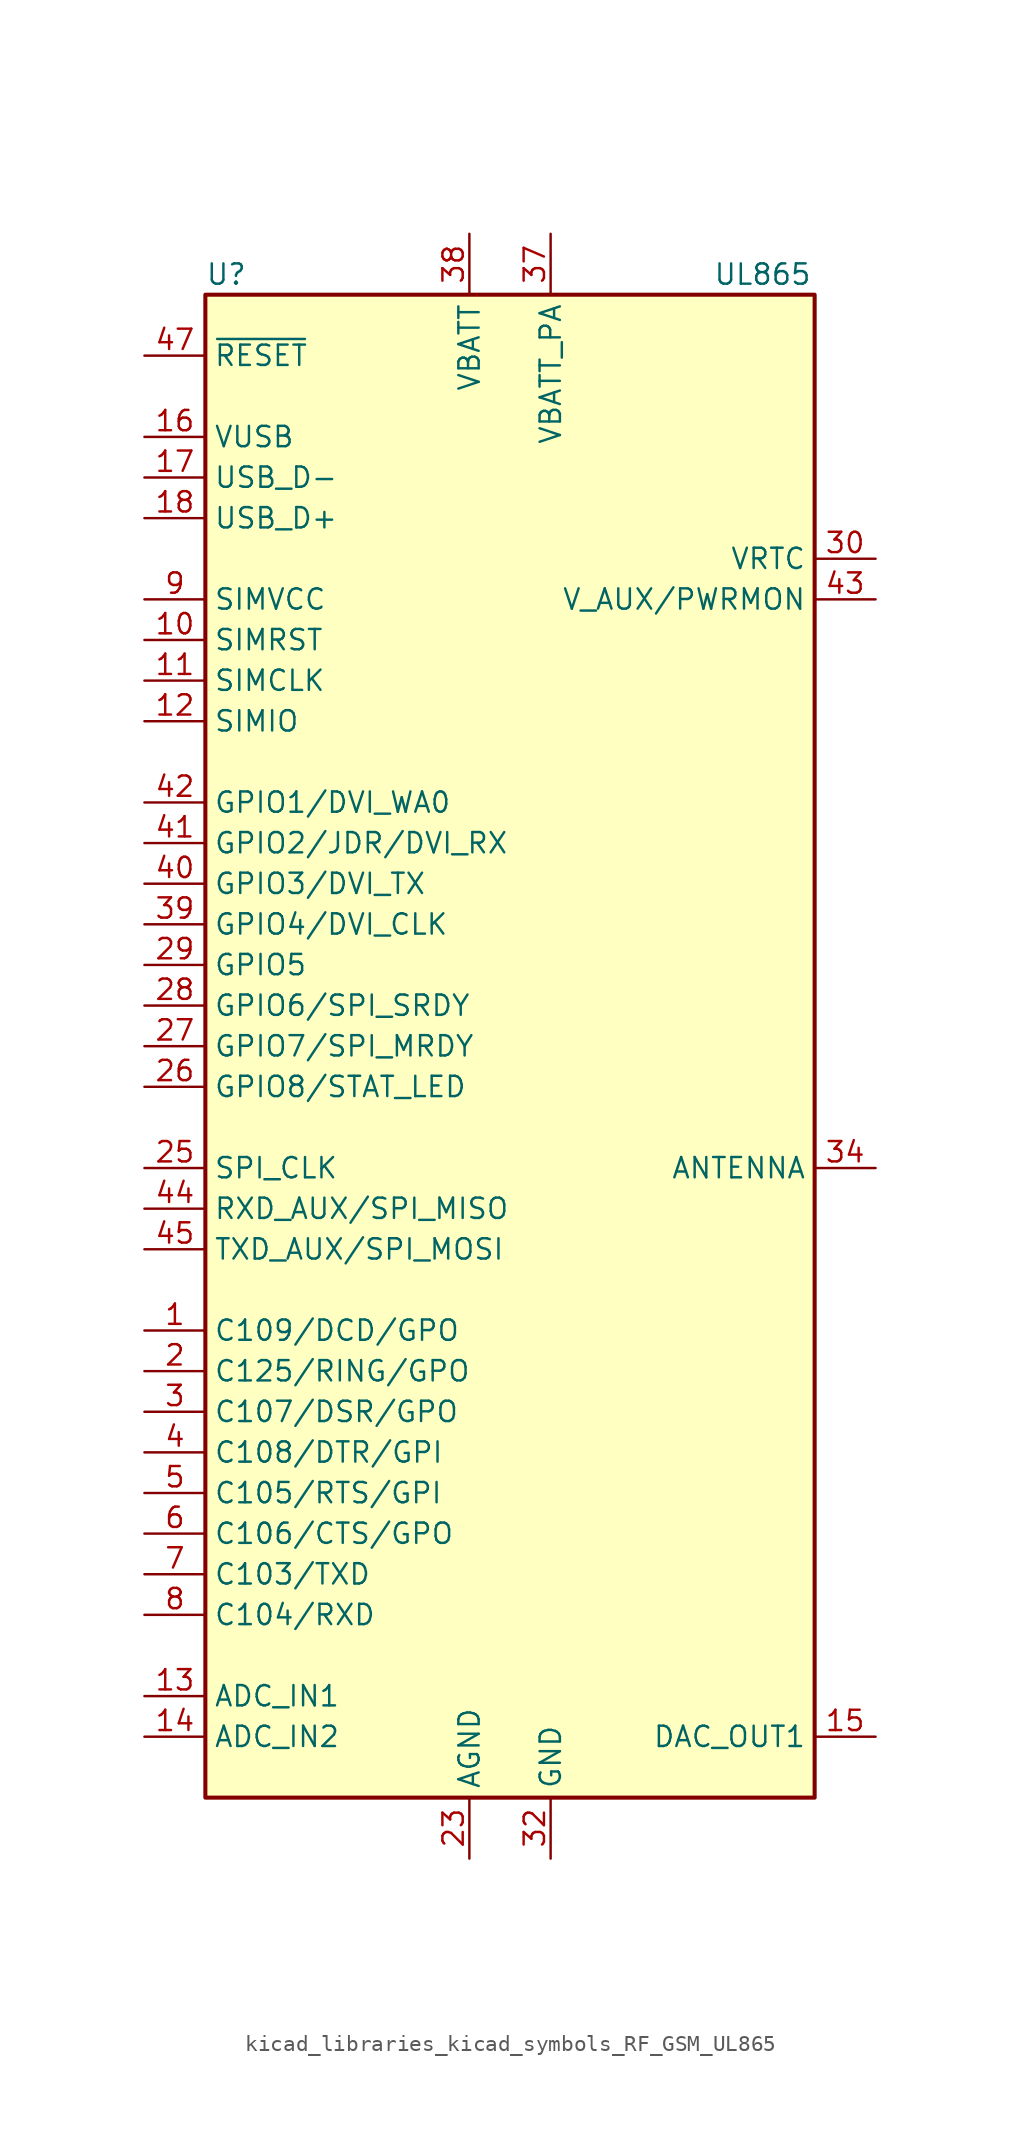
<source format=kicad_sym>
(kicad_symbol_lib
  (version 20220914)
  (generator kicad_symbol_editor)
  (symbol "kicad_libraries_kicad_symbols_RF_GSM_UL865"
    (property "Reference" "U"
      (at -19.05 43.18 0)
      (effects (font (size 1.27 1.27)) (justify left)))
    (property "Value" "UL865"
      (at 12.7 43.18 0)
      (effects (font (size 1.27 1.27)) (justify left)))
    (symbol "kicad_libraries_kicad_symbols_RF_GSM_UL865_0_1"
      (rectangle (start -19.05 41.91) (end 19.05 -52.07) (stroke (width 0.254) (type default)) (fill (type background))))
    (symbol "kicad_libraries_kicad_symbols_RF_GSM_UL865_1_1"
      (pin output line (at -22.86 -22.86 0) (length 3.81) (name "C109/DCD/GPO" (effects (font (size 1.27 1.27)))) (number "1" (effects (font (size 1.27 1.27)))))
      (pin output line (at -22.86 20.32 0) (length 3.81) (name "SIMRST" (effects (font (size 1.27 1.27)))) (number "10" (effects (font (size 1.27 1.27)))))
      (pin output line (at -22.86 17.78 0) (length 3.81) (name "SIMCLK" (effects (font (size 1.27 1.27)))) (number "11" (effects (font (size 1.27 1.27)))))
      (pin bidirectional line (at -22.86 15.24 0) (length 3.81) (name "SIMIO" (effects (font (size 1.27 1.27)))) (number "12" (effects (font (size 1.27 1.27)))))
      (pin input line (at -22.86 -45.72 0) (length 3.81) (name "ADC_IN1" (effects (font (size 1.27 1.27)))) (number "13" (effects (font (size 1.27 1.27)))))
      (pin input line (at -22.86 -48.26 0) (length 3.81) (name "ADC_IN2" (effects (font (size 1.27 1.27)))) (number "14" (effects (font (size 1.27 1.27)))))
      (pin output line (at 22.86 -48.26 180) (length 3.81) (name "DAC_OUT1" (effects (font (size 1.27 1.27)))) (number "15" (effects (font (size 1.27 1.27)))))
      (pin input line (at -22.86 33.02 0) (length 3.81) (name "VUSB" (effects (font (size 1.27 1.27)))) (number "16" (effects (font (size 1.27 1.27)))))
      (pin bidirectional line (at -22.86 30.48 0) (length 3.81) (name "USB_D-" (effects (font (size 1.27 1.27)))) (number "17" (effects (font (size 1.27 1.27)))))
      (pin bidirectional line (at -22.86 27.94 0) (length 3.81) (name "USB_D+" (effects (font (size 1.27 1.27)))) (number "18" (effects (font (size 1.27 1.27)))))
      (pin no_connect line (at 19.05 -17.78 180) (length 3.81) hide (name "NC" (effects (font (size 1.27 1.27)))) (number "19" (effects (font (size 1.27 1.27)))))
      (pin output line (at -22.86 -25.4 0) (length 3.81) (name "C125/RING/GPO" (effects (font (size 1.27 1.27)))) (number "2" (effects (font (size 1.27 1.27)))))
      (pin no_connect line (at 19.05 -20.32 180) (length 3.81) hide (name "NC" (effects (font (size 1.27 1.27)))) (number "20" (effects (font (size 1.27 1.27)))))
      (pin no_connect line (at 19.05 -22.86 180) (length 3.81) hide (name "NC" (effects (font (size 1.27 1.27)))) (number "21" (effects (font (size 1.27 1.27)))))
      (pin no_connect line (at 19.05 -25.4 180) (length 3.81) hide (name "NC" (effects (font (size 1.27 1.27)))) (number "22" (effects (font (size 1.27 1.27)))))
      (pin power_in line (at -2.54 -55.88 90) (length 3.81) (name "AGND" (effects (font (size 1.27 1.27)))) (number "23" (effects (font (size 1.27 1.27)))))
      (pin no_connect line (at 19.05 -30.48 180) (length 3.81) hide (name "NC" (effects (font (size 1.27 1.27)))) (number "24" (effects (font (size 1.27 1.27)))))
      (pin bidirectional line (at -22.86 -12.7 0) (length 3.81) (name "SPI_CLK" (effects (font (size 1.27 1.27)))) (number "25" (effects (font (size 1.27 1.27)))))
      (pin bidirectional line (at -22.86 -7.62 0) (length 3.81) (name "GPIO8/STAT_LED" (effects (font (size 1.27 1.27)))) (number "26" (effects (font (size 1.27 1.27)))))
      (pin bidirectional line (at -22.86 -5.08 0) (length 3.81) (name "GPIO7/SPI_MRDY" (effects (font (size 1.27 1.27)))) (number "27" (effects (font (size 1.27 1.27)))))
      (pin bidirectional line (at -22.86 -2.54 0) (length 3.81) (name "GPIO6/SPI_SRDY" (effects (font (size 1.27 1.27)))) (number "28" (effects (font (size 1.27 1.27)))))
      (pin bidirectional line (at -22.86 0 0) (length 3.81) (name "GPIO5" (effects (font (size 1.27 1.27)))) (number "29" (effects (font (size 1.27 1.27)))))
      (pin output line (at -22.86 -27.94 0) (length 3.81) (name "C107/DSR/GPO" (effects (font (size 1.27 1.27)))) (number "3" (effects (font (size 1.27 1.27)))))
      (pin power_out line (at 22.86 25.4 180) (length 3.81) (name "VRTC" (effects (font (size 1.27 1.27)))) (number "30" (effects (font (size 1.27 1.27)))))
      (pin no_connect line (at 19.05 -33.02 180) (length 3.81) hide (name "NC" (effects (font (size 1.27 1.27)))) (number "31" (effects (font (size 1.27 1.27)))))
      (pin power_in line (at 2.54 -55.88 90) (length 3.81) (name "GND" (effects (font (size 1.27 1.27)))) (number "32" (effects (font (size 1.27 1.27)))))
      (pin passive line (at 2.54 -55.88 90) (length 3.81) hide (name "GND" (effects (font (size 1.27 1.27)))) (number "33" (effects (font (size 1.27 1.27)))))
      (pin bidirectional line (at 22.86 -12.7 180) (length 3.81) (name "ANTENNA" (effects (font (size 1.27 1.27)))) (number "34" (effects (font (size 1.27 1.27)))))
      (pin passive line (at 2.54 -55.88 90) (length 3.81) hide (name "GND" (effects (font (size 1.27 1.27)))) (number "35" (effects (font (size 1.27 1.27)))))
      (pin passive line (at 2.54 -55.88 90) (length 3.81) hide (name "GND" (effects (font (size 1.27 1.27)))) (number "36" (effects (font (size 1.27 1.27)))))
      (pin power_in line (at 2.54 45.72 270) (length 3.81) (name "VBATT_PA" (effects (font (size 1.27 1.27)))) (number "37" (effects (font (size 1.27 1.27)))))
      (pin power_in line (at -2.54 45.72 270) (length 3.81) (name "VBATT" (effects (font (size 1.27 1.27)))) (number "38" (effects (font (size 1.27 1.27)))))
      (pin bidirectional line (at -22.86 2.54 0) (length 3.81) (name "GPIO4/DVI_CLK" (effects (font (size 1.27 1.27)))) (number "39" (effects (font (size 1.27 1.27)))))
      (pin input line (at -22.86 -30.48 0) (length 3.81) (name "C108/DTR/GPI" (effects (font (size 1.27 1.27)))) (number "4" (effects (font (size 1.27 1.27)))))
      (pin bidirectional line (at -22.86 5.08 0) (length 3.81) (name "GPIO3/DVI_TX" (effects (font (size 1.27 1.27)))) (number "40" (effects (font (size 1.27 1.27)))))
      (pin bidirectional line (at -22.86 7.62 0) (length 3.81) (name "GPIO2/JDR/DVI_RX" (effects (font (size 1.27 1.27)))) (number "41" (effects (font (size 1.27 1.27)))))
      (pin bidirectional line (at -22.86 10.16 0) (length 3.81) (name "GPIO1/DVI_WA0" (effects (font (size 1.27 1.27)))) (number "42" (effects (font (size 1.27 1.27)))))
      (pin power_out line (at 22.86 22.86 180) (length 3.81) (name "V_AUX/PWRMON" (effects (font (size 1.27 1.27)))) (number "43" (effects (font (size 1.27 1.27)))))
      (pin bidirectional line (at -22.86 -15.24 0) (length 3.81) (name "RXD_AUX/SPI_MISO" (effects (font (size 1.27 1.27)))) (number "44" (effects (font (size 1.27 1.27)))))
      (pin bidirectional line (at -22.86 -17.78 0) (length 3.81) (name "TXD_AUX/SPI_MOSI" (effects (font (size 1.27 1.27)))) (number "45" (effects (font (size 1.27 1.27)))))
      (pin passive line (at 2.54 -55.88 90) (length 3.81) hide (name "GND" (effects (font (size 1.27 1.27)))) (number "46" (effects (font (size 1.27 1.27)))))
      (pin input line (at -22.86 38.1 0) (length 3.81) (name "~{RESET}" (effects (font (size 1.27 1.27)))) (number "47" (effects (font (size 1.27 1.27)))))
      (pin no_connect line (at 19.05 -35.56 180) (length 3.81) hide (name "NC" (effects (font (size 1.27 1.27)))) (number "48" (effects (font (size 1.27 1.27)))))
      (pin input line (at -22.86 -33.02 0) (length 3.81) (name "C105/RTS/GPI" (effects (font (size 1.27 1.27)))) (number "5" (effects (font (size 1.27 1.27)))))
      (pin output line (at -22.86 -35.56 0) (length 3.81) (name "C106/CTS/GPO" (effects (font (size 1.27 1.27)))) (number "6" (effects (font (size 1.27 1.27)))))
      (pin input line (at -22.86 -38.1 0) (length 3.81) (name "C103/TXD" (effects (font (size 1.27 1.27)))) (number "7" (effects (font (size 1.27 1.27)))))
      (pin output line (at -22.86 -40.64 0) (length 3.81) (name "C104/RXD" (effects (font (size 1.27 1.27)))) (number "8" (effects (font (size 1.27 1.27)))))
      (pin power_out line (at -22.86 22.86 0) (length 3.81) (name "SIMVCC" (effects (font (size 1.27 1.27)))) (number "9" (effects (font (size 1.27 1.27))))))))
</source>
